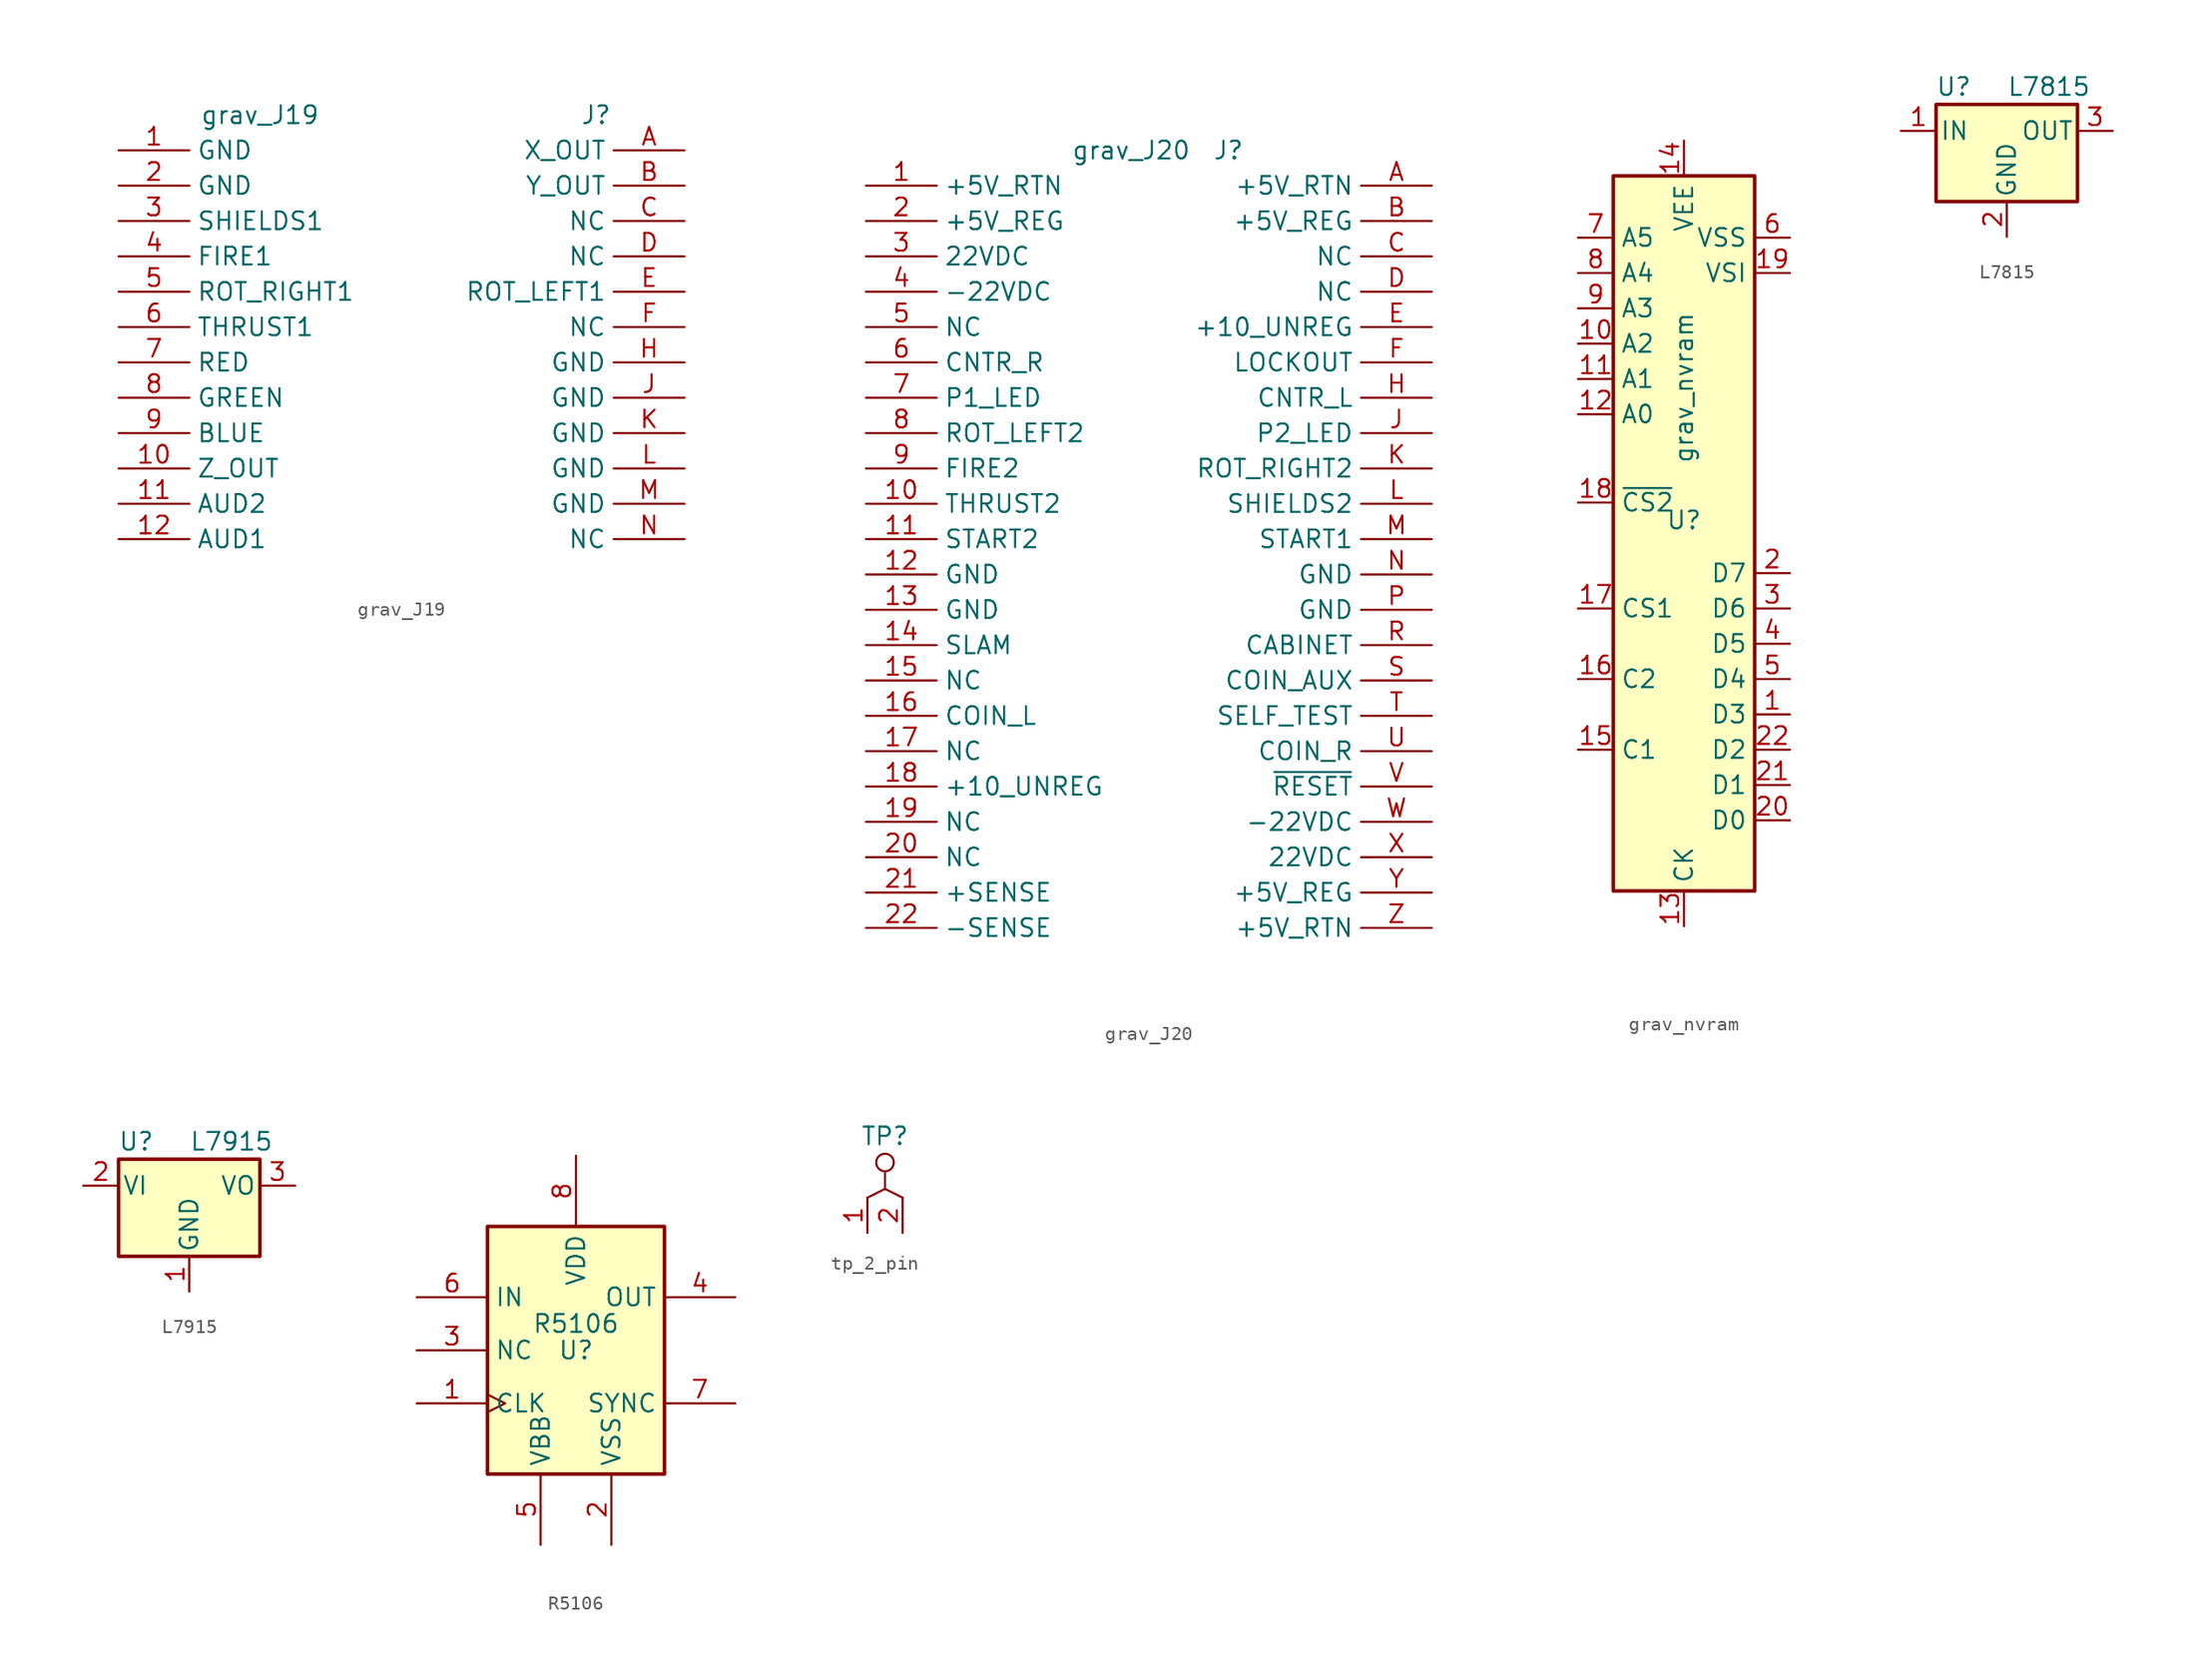
<source format=kicad_sym>
(kicad_symbol_lib
  (version 20211014)
  (generator kicad_symbol_editor)
  (symbol "grav_J19"
    (property "Reference" "J"
      (at 13.97 16.51 0)
      (effects (font (size 1.27 1.27))))
    (property "Value" "grav_J19"
      (at -10.16 16.51 0)
      (effects (font (size 1.27 1.27))))
    (symbol "grav_J19_1_1"
      (pin passive line (at -20.32 13.97 0) (length 5.08) (name "GND" (effects (font (size 1.27 1.27)))) (number "1" (effects (font (size 1.27 1.27)))))
      (pin passive line (at -20.32 -8.89 0) (length 5.08) (name "Z_OUT" (effects (font (size 1.27 1.27)))) (number "10" (effects (font (size 1.27 1.27)))))
      (pin passive line (at -20.32 -11.43 0) (length 5.08) (name "AUD2" (effects (font (size 1.27 1.27)))) (number "11" (effects (font (size 1.27 1.27)))))
      (pin passive line (at -20.32 -13.97 0) (length 5.08) (name "AUD1" (effects (font (size 1.27 1.27)))) (number "12" (effects (font (size 1.27 1.27)))))
      (pin passive line (at -20.32 11.43 0) (length 5.08) (name "GND" (effects (font (size 1.27 1.27)))) (number "2" (effects (font (size 1.27 1.27)))))
      (pin passive line (at -20.32 8.89 0) (length 5.08) (name "SHIELDS1" (effects (font (size 1.27 1.27)))) (number "3" (effects (font (size 1.27 1.27)))))
      (pin passive line (at -20.32 6.35 0) (length 5.08) (name "FIRE1" (effects (font (size 1.27 1.27)))) (number "4" (effects (font (size 1.27 1.27)))))
      (pin passive line (at -20.32 3.81 0) (length 5.08) (name "ROT_RIGHT1" (effects (font (size 1.27 1.27)))) (number "5" (effects (font (size 1.27 1.27)))))
      (pin passive line (at -20.32 1.27 0) (length 5.08) (name "THRUST1" (effects (font (size 1.27 1.27)))) (number "6" (effects (font (size 1.27 1.27)))))
      (pin passive line (at -20.32 -1.27 0) (length 5.08) (name "RED" (effects (font (size 1.27 1.27)))) (number "7" (effects (font (size 1.27 1.27)))))
      (pin passive line (at -20.32 -3.81 0) (length 5.08) (name "GREEN" (effects (font (size 1.27 1.27)))) (number "8" (effects (font (size 1.27 1.27)))))
      (pin passive line (at -20.32 -6.35 0) (length 5.08) (name "BLUE" (effects (font (size 1.27 1.27)))) (number "9" (effects (font (size 1.27 1.27)))))
      (pin passive line (at 20.32 13.97 180) (length 5.08) (name "X_OUT" (effects (font (size 1.27 1.27)))) (number "A" (effects (font (size 1.27 1.27)))))
      (pin passive line (at 20.32 11.43 180) (length 5.08) (name "Y_OUT" (effects (font (size 1.27 1.27)))) (number "B" (effects (font (size 1.27 1.27)))))
      (pin passive line (at 20.32 8.89 180) (length 5.08) (name "NC" (effects (font (size 1.27 1.27)))) (number "C" (effects (font (size 1.27 1.27)))))
      (pin passive line (at 20.32 6.35 180) (length 5.08) (name "NC" (effects (font (size 1.27 1.27)))) (number "D" (effects (font (size 1.27 1.27)))))
      (pin passive line (at 20.32 3.81 180) (length 5.08) (name "ROT_LEFT1" (effects (font (size 1.27 1.27)))) (number "E" (effects (font (size 1.27 1.27)))))
      (pin passive line (at 20.32 1.27 180) (length 5.08) (name "NC" (effects (font (size 1.27 1.27)))) (number "F" (effects (font (size 1.27 1.27)))))
      (pin passive line (at 20.32 -1.27 180) (length 5.08) (name "GND" (effects (font (size 1.27 1.27)))) (number "H" (effects (font (size 1.27 1.27)))))
      (pin passive line (at 20.32 -3.81 180) (length 5.08) (name "GND" (effects (font (size 1.27 1.27)))) (number "J" (effects (font (size 1.27 1.27)))))
      (pin passive line (at 20.32 -6.35 180) (length 5.08) (name "GND" (effects (font (size 1.27 1.27)))) (number "K" (effects (font (size 1.27 1.27)))))
      (pin passive line (at 20.32 -8.89 180) (length 5.08) (name "GND" (effects (font (size 1.27 1.27)))) (number "L" (effects (font (size 1.27 1.27)))))
      (pin passive line (at 20.32 -11.43 180) (length 5.08) (name "GND" (effects (font (size 1.27 1.27)))) (number "M" (effects (font (size 1.27 1.27)))))
      (pin passive line (at 20.32 -13.97 180) (length 5.08) (name "NC" (effects (font (size 1.27 1.27)))) (number "N" (effects (font (size 1.27 1.27)))))))
  (symbol "grav_J20"
    (property "Reference" "J"
      (at 5.715 29.21 0)
      (effects (font (size 1.27 1.27))))
    (property "Value" "grav_J20"
      (at -1.27 29.21 0)
      (effects (font (size 1.27 1.27))))
    (symbol "grav_J20_1_1"
      (pin passive line (at -20.32 26.67 0) (length 5.08) (name "+5V_RTN" (effects (font (size 1.27 1.27)))) (number "1" (effects (font (size 1.27 1.27)))))
      (pin passive line (at -20.32 3.81 0) (length 5.08) (name "THRUST2" (effects (font (size 1.27 1.27)))) (number "10" (effects (font (size 1.27 1.27)))))
      (pin passive line (at -20.32 1.27 0) (length 5.08) (name "START2" (effects (font (size 1.27 1.27)))) (number "11" (effects (font (size 1.27 1.27)))))
      (pin passive line (at -20.32 -1.27 0) (length 5.08) (name "GND" (effects (font (size 1.27 1.27)))) (number "12" (effects (font (size 1.27 1.27)))))
      (pin passive line (at -20.32 -3.81 0) (length 5.08) (name "GND" (effects (font (size 1.27 1.27)))) (number "13" (effects (font (size 1.27 1.27)))))
      (pin passive line (at -20.32 -6.35 0) (length 5.08) (name "SLAM" (effects (font (size 1.27 1.27)))) (number "14" (effects (font (size 1.27 1.27)))))
      (pin passive line (at -20.32 -8.89 0) (length 5.08) (name "NC" (effects (font (size 1.27 1.27)))) (number "15" (effects (font (size 1.27 1.27)))))
      (pin passive line (at -20.32 -11.43 0) (length 5.08) (name "COIN_L" (effects (font (size 1.27 1.27)))) (number "16" (effects (font (size 1.27 1.27)))))
      (pin passive line (at -20.32 -13.97 0) (length 5.08) (name "NC" (effects (font (size 1.27 1.27)))) (number "17" (effects (font (size 1.27 1.27)))))
      (pin passive line (at -20.32 -16.51 0) (length 5.08) (name "+10_UNREG" (effects (font (size 1.27 1.27)))) (number "18" (effects (font (size 1.27 1.27)))))
      (pin passive line (at -20.32 -19.05 0) (length 5.08) (name "NC" (effects (font (size 1.27 1.27)))) (number "19" (effects (font (size 1.27 1.27)))))
      (pin passive line (at -20.32 24.13 0) (length 5.08) (name "+5V_REG" (effects (font (size 1.27 1.27)))) (number "2" (effects (font (size 1.27 1.27)))))
      (pin passive line (at -20.32 -21.59 0) (length 5.08) (name "NC" (effects (font (size 1.27 1.27)))) (number "20" (effects (font (size 1.27 1.27)))))
      (pin passive line (at -20.32 -24.13 0) (length 5.08) (name "+SENSE" (effects (font (size 1.27 1.27)))) (number "21" (effects (font (size 1.27 1.27)))))
      (pin passive line (at -20.32 -26.67 0) (length 5.08) (name "-SENSE" (effects (font (size 1.27 1.27)))) (number "22" (effects (font (size 1.27 1.27)))))
      (pin passive line (at -20.32 21.59 0) (length 5.08) (name "22VDC" (effects (font (size 1.27 1.27)))) (number "3" (effects (font (size 1.27 1.27)))))
      (pin passive line (at -20.32 19.05 0) (length 5.08) (name "-22VDC" (effects (font (size 1.27 1.27)))) (number "4" (effects (font (size 1.27 1.27)))))
      (pin passive line (at -20.32 16.51 0) (length 5.08) (name "NC" (effects (font (size 1.27 1.27)))) (number "5" (effects (font (size 1.27 1.27)))))
      (pin passive line (at -20.32 13.97 0) (length 5.08) (name "CNTR_R" (effects (font (size 1.27 1.27)))) (number "6" (effects (font (size 1.27 1.27)))))
      (pin passive line (at -20.32 11.43 0) (length 5.08) (name "P1_LED" (effects (font (size 1.27 1.27)))) (number "7" (effects (font (size 1.27 1.27)))))
      (pin passive line (at -20.32 8.89 0) (length 5.08) (name "ROT_LEFT2" (effects (font (size 1.27 1.27)))) (number "8" (effects (font (size 1.27 1.27)))))
      (pin passive line (at -20.32 6.35 0) (length 5.08) (name "FIRE2" (effects (font (size 1.27 1.27)))) (number "9" (effects (font (size 1.27 1.27)))))
      (pin passive line (at 20.32 26.67 180) (length 5.08) (name "+5V_RTN" (effects (font (size 1.27 1.27)))) (number "A" (effects (font (size 1.27 1.27)))))
      (pin passive line (at 20.32 24.13 180) (length 5.08) (name "+5V_REG" (effects (font (size 1.27 1.27)))) (number "B" (effects (font (size 1.27 1.27)))))
      (pin passive line (at 20.32 21.59 180) (length 5.08) (name "NC" (effects (font (size 1.27 1.27)))) (number "C" (effects (font (size 1.27 1.27)))))
      (pin passive line (at 20.32 19.05 180) (length 5.08) (name "NC" (effects (font (size 1.27 1.27)))) (number "D" (effects (font (size 1.27 1.27)))))
      (pin passive line (at 20.32 16.51 180) (length 5.08) (name "+10_UNREG" (effects (font (size 1.27 1.27)))) (number "E" (effects (font (size 1.27 1.27)))))
      (pin passive line (at 20.32 13.97 180) (length 5.08) (name "LOCKOUT" (effects (font (size 1.27 1.27)))) (number "F" (effects (font (size 1.27 1.27)))))
      (pin passive line (at 20.32 11.43 180) (length 5.08) (name "CNTR_L" (effects (font (size 1.27 1.27)))) (number "H" (effects (font (size 1.27 1.27)))))
      (pin passive line (at 20.32 8.89 180) (length 5.08) (name "P2_LED" (effects (font (size 1.27 1.27)))) (number "J" (effects (font (size 1.27 1.27)))))
      (pin passive line (at 20.32 6.35 180) (length 5.08) (name "ROT_RIGHT2" (effects (font (size 1.27 1.27)))) (number "K" (effects (font (size 1.27 1.27)))))
      (pin passive line (at 20.32 3.81 180) (length 5.08) (name "SHIELDS2" (effects (font (size 1.27 1.27)))) (number "L" (effects (font (size 1.27 1.27)))))
      (pin passive line (at 20.32 1.27 180) (length 5.08) (name "START1" (effects (font (size 1.27 1.27)))) (number "M" (effects (font (size 1.27 1.27)))))
      (pin passive line (at 20.32 -1.27 180) (length 5.08) (name "GND" (effects (font (size 1.27 1.27)))) (number "N" (effects (font (size 1.27 1.27)))))
      (pin passive line (at 20.32 -3.81 180) (length 5.08) (name "GND" (effects (font (size 1.27 1.27)))) (number "P" (effects (font (size 1.27 1.27)))))
      (pin passive line (at 20.32 -6.35 180) (length 5.08) (name "CABINET" (effects (font (size 1.27 1.27)))) (number "R" (effects (font (size 1.27 1.27)))))
      (pin passive line (at 20.32 -8.89 180) (length 5.08) (name "COIN_AUX" (effects (font (size 1.27 1.27)))) (number "S" (effects (font (size 1.27 1.27)))))
      (pin passive line (at 20.32 -11.43 180) (length 5.08) (name "SELF_TEST" (effects (font (size 1.27 1.27)))) (number "T" (effects (font (size 1.27 1.27)))))
      (pin passive line (at 20.32 -13.97 180) (length 5.08) (name "COIN_R" (effects (font (size 1.27 1.27)))) (number "U" (effects (font (size 1.27 1.27)))))
      (pin passive line (at 20.32 -16.51 180) (length 5.08) (name "~{RESET}" (effects (font (size 1.27 1.27)))) (number "V" (effects (font (size 1.27 1.27)))))
      (pin passive line (at 20.32 -19.05 180) (length 5.08) (name "-22VDC" (effects (font (size 1.27 1.27)))) (number "W" (effects (font (size 1.27 1.27)))))
      (pin passive line (at 20.32 -21.59 180) (length 5.08) (name "22VDC" (effects (font (size 1.27 1.27)))) (number "X" (effects (font (size 1.27 1.27)))))
      (pin passive line (at 20.32 -24.13 180) (length 5.08) (name "+5V_REG" (effects (font (size 1.27 1.27)))) (number "Y" (effects (font (size 1.27 1.27)))))
      (pin passive line (at 20.32 -26.67 180) (length 5.08) (name "+5V_RTN" (effects (font (size 1.27 1.27)))) (number "Z" (effects (font (size 1.27 1.27)))))))
  (symbol "grav_nvram"
    (property "Reference" "U"
      (at 0 1.905 0)
      (effects (font (size 1.27 1.27))))
    (property "Value" "grav_nvram"
      (at 0 11.43 90)
      (effects (font (size 1.27 1.27))))
    (symbol "grav_nvram_1_1"
      (rectangle (start -5.08 26.67) (end 5.08 -24.765) (stroke (width 0.254) (type default) (color 0 0 0 0)) (fill (type background)))
      (pin bidirectional line (at 7.62 -12.065 180) (length 2.54) (name "D3" (effects (font (size 1.27 1.27)))) (number "1" (effects (font (size 1.27 1.27)))))
      (pin input line (at -7.62 14.605 0) (length 2.54) (name "A2" (effects (font (size 1.27 1.27)))) (number "10" (effects (font (size 1.27 1.27)))))
      (pin input line (at -7.62 12.065 0) (length 2.54) (name "A1" (effects (font (size 1.27 1.27)))) (number "11" (effects (font (size 1.27 1.27)))))
      (pin input line (at -7.62 9.525 0) (length 2.54) (name "A0" (effects (font (size 1.27 1.27)))) (number "12" (effects (font (size 1.27 1.27)))))
      (pin input line (at 0 -27.305 90) (length 2.54) (name "CK" (effects (font (size 1.27 1.27)))) (number "13" (effects (font (size 1.27 1.27)))))
      (pin power_in line (at 0 29.21 270) (length 2.54) (name "VEE" (effects (font (size 1.27 1.27)))) (number "14" (effects (font (size 1.27 1.27)))))
      (pin input line (at -7.62 -14.605 0) (length 2.54) (name "C1" (effects (font (size 1.27 1.27)))) (number "15" (effects (font (size 1.27 1.27)))))
      (pin input line (at -7.62 -9.525 0) (length 2.54) (name "C2" (effects (font (size 1.27 1.27)))) (number "16" (effects (font (size 1.27 1.27)))))
      (pin input line (at -7.62 -4.445 0) (length 2.54) (name "CS1" (effects (font (size 1.27 1.27)))) (number "17" (effects (font (size 1.27 1.27)))))
      (pin input line (at -7.62 3.175 0) (length 2.54) (name "~{CS2}" (effects (font (size 1.27 1.27)))) (number "18" (effects (font (size 1.27 1.27)))))
      (pin power_in line (at 7.62 19.685 180) (length 2.54) (name "VSI" (effects (font (size 1.27 1.27)))) (number "19" (effects (font (size 1.27 1.27)))))
      (pin bidirectional line (at 7.62 -1.905 180) (length 2.54) (name "D7" (effects (font (size 1.27 1.27)))) (number "2" (effects (font (size 1.27 1.27)))))
      (pin bidirectional line (at 7.62 -19.685 180) (length 2.54) (name "D0" (effects (font (size 1.27 1.27)))) (number "20" (effects (font (size 1.27 1.27)))))
      (pin bidirectional line (at 7.62 -17.145 180) (length 2.54) (name "D1" (effects (font (size 1.27 1.27)))) (number "21" (effects (font (size 1.27 1.27)))))
      (pin bidirectional line (at 7.62 -14.605 180) (length 2.54) (name "D2" (effects (font (size 1.27 1.27)))) (number "22" (effects (font (size 1.27 1.27)))))
      (pin bidirectional line (at 7.62 -4.445 180) (length 2.54) (name "D6" (effects (font (size 1.27 1.27)))) (number "3" (effects (font (size 1.27 1.27)))))
      (pin bidirectional line (at 7.62 -6.985 180) (length 2.54) (name "D5" (effects (font (size 1.27 1.27)))) (number "4" (effects (font (size 1.27 1.27)))))
      (pin bidirectional line (at 7.62 -9.525 180) (length 2.54) (name "D4" (effects (font (size 1.27 1.27)))) (number "5" (effects (font (size 1.27 1.27)))))
      (pin power_in line (at 7.62 22.225 180) (length 2.54) (name "VSS" (effects (font (size 1.27 1.27)))) (number "6" (effects (font (size 1.27 1.27)))))
      (pin input line (at -7.62 22.225 0) (length 2.54) (name "A5" (effects (font (size 1.27 1.27)))) (number "7" (effects (font (size 1.27 1.27)))))
      (pin input line (at -7.62 19.685 0) (length 2.54) (name "A4" (effects (font (size 1.27 1.27)))) (number "8" (effects (font (size 1.27 1.27)))))
      (pin input line (at -7.62 17.145 0) (length 2.54) (name "A3" (effects (font (size 1.27 1.27)))) (number "9" (effects (font (size 1.27 1.27)))))))
  (symbol "L7815"
    (pin_names
      (offset 0.254))
    (property "Reference" "U"
      (at -3.81 3.175 0)
      (effects (font (size 1.27 1.27))))
    (property "Value" "L7815"
      (at 0 3.175 0)
      (effects (font (size 1.27 1.27)) (justify left)))
    (symbol "L7815_0_1"
      (rectangle (start -5.08 1.905) (end 5.08 -5.08) (stroke (width 0.254) (type default) (color 0 0 0 0)) (fill (type background))))
    (symbol "L7815_1_1"
      (pin input line (at -7.62 0 0) (length 2.54) (name "IN" (effects (font (size 1.27 1.27)))) (number "1" (effects (font (size 1.27 1.27)))))
      (pin power_in line (at 0 -7.62 90) (length 2.54) (name "GND" (effects (font (size 1.27 1.27)))) (number "2" (effects (font (size 1.27 1.27)))))
      (pin power_out line (at 7.62 0 180) (length 2.54) (name "OUT" (effects (font (size 1.27 1.27)))) (number "3" (effects (font (size 1.27 1.27)))))))
  (symbol "L7915"
    (pin_names
      (offset 0.254))
    (property "Reference" "U"
      (at -3.81 4.445 0)
      (effects (font (size 1.27 1.27))))
    (property "Value" "L7915"
      (at 0 4.445 0)
      (effects (font (size 1.27 1.27)) (justify left)))
    (symbol "L7915_0_1"
      (rectangle (start 5.08 3.175) (end -5.08 -3.81) (stroke (width 0.254) (type default) (color 0 0 0 0)) (fill (type background))))
    (symbol "L7915_1_1"
      (pin power_in line (at 0 -6.35 90) (length 2.54) (name "GND" (effects (font (size 1.27 1.27)))) (number "1" (effects (font (size 1.27 1.27)))))
      (pin power_in line (at -7.62 1.27 0) (length 2.54) (name "VI" (effects (font (size 1.27 1.27)))) (number "2" (effects (font (size 1.27 1.27)))))
      (pin power_out line (at 7.62 1.27 180) (length 2.54) (name "VO" (effects (font (size 1.27 1.27)))) (number "3" (effects (font (size 1.27 1.27)))))))
  (symbol "R5106"
    (property "Reference" "U"
      (at 0 0 0)
      (effects (font (size 1.27 1.27))))
    (property "Value" "R5106"
      (at 0 1.905 0)
      (effects (font (size 1.27 1.27))))
    (symbol "R5106_1_0"
      (pin input clock (at -11.43 -3.81 0) (length 5.08) (name "CLK" (effects (font (size 1.27 1.27)))) (number "1" (effects (font (size 1.27 1.27)))))
      (pin power_in line (at 2.54 -13.97 90) (length 5.08) (name "VSS" (effects (font (size 1.27 1.27)))) (number "2" (effects (font (size 1.27 1.27)))))
      (pin input line (at -11.43 0 0) (length 5.08) (name "NC" (effects (font (size 1.27 1.27)))) (number "3" (effects (font (size 1.27 1.27)))))
      (pin output line (at 11.43 3.81 180) (length 5.08) (name "OUT" (effects (font (size 1.27 1.27)))) (number "4" (effects (font (size 1.27 1.27)))))
      (pin input line (at -2.54 -13.97 90) (length 5.08) (name "VBB" (effects (font (size 1.27 1.27)))) (number "5" (effects (font (size 1.27 1.27)))))
      (pin input line (at -11.43 3.81 0) (length 5.08) (name "IN" (effects (font (size 1.27 1.27)))) (number "6" (effects (font (size 1.27 1.27)))))
      (pin input line (at 11.43 -3.81 180) (length 5.08) (name "SYNC" (effects (font (size 1.27 1.27)))) (number "7" (effects (font (size 1.27 1.27)))))
      (pin power_in line (at 0 13.97 270) (length 5.08) (name "VDD" (effects (font (size 1.27 1.27)))) (number "8" (effects (font (size 1.27 1.27))))))
    (symbol "R5106_1_1"
      (rectangle (start -6.35 8.89) (end 6.35 -8.89) (stroke (width 0.254) (type default) (color 0 0 0 0)) (fill (type background)))))
  (symbol "tp_2_pin"
    (property "Reference" "TP"
      (at 0 5.715 0)
      (effects (font (size 1.27 1.27))))
    (symbol "tp_2_pin_0_1"
      (polyline (pts (xy 0 1.905) (xy -1.27 1.27)) (stroke (width 0.152) (type default) (color 0 0 0 0)) (fill (type none)))
      (polyline (pts (xy 0 3.175) (xy 0 1.905) (xy 1.27 1.27)) (stroke (width 0.152) (type default) (color 0 0 0 0)) (fill (type none)))
      (circle (center 0 3.81) (radius 0.635) (stroke (width 0) (type default) (color 0 0 0 0)) (fill (type none))))
    (symbol "tp_2_pin_1_1"
      (pin passive line (at -1.27 -1.27 90) (length 2.54) (name "" (effects (font (size 1.27 1.27)))) (number "1" (effects (font (size 1.27 1.27)))))
      (pin passive line (at 1.27 -1.27 90) (length 2.54) (name "" (effects (font (size 1.27 1.27)))) (number "2" (effects (font (size 1.27 1.27))))))))
</source>
